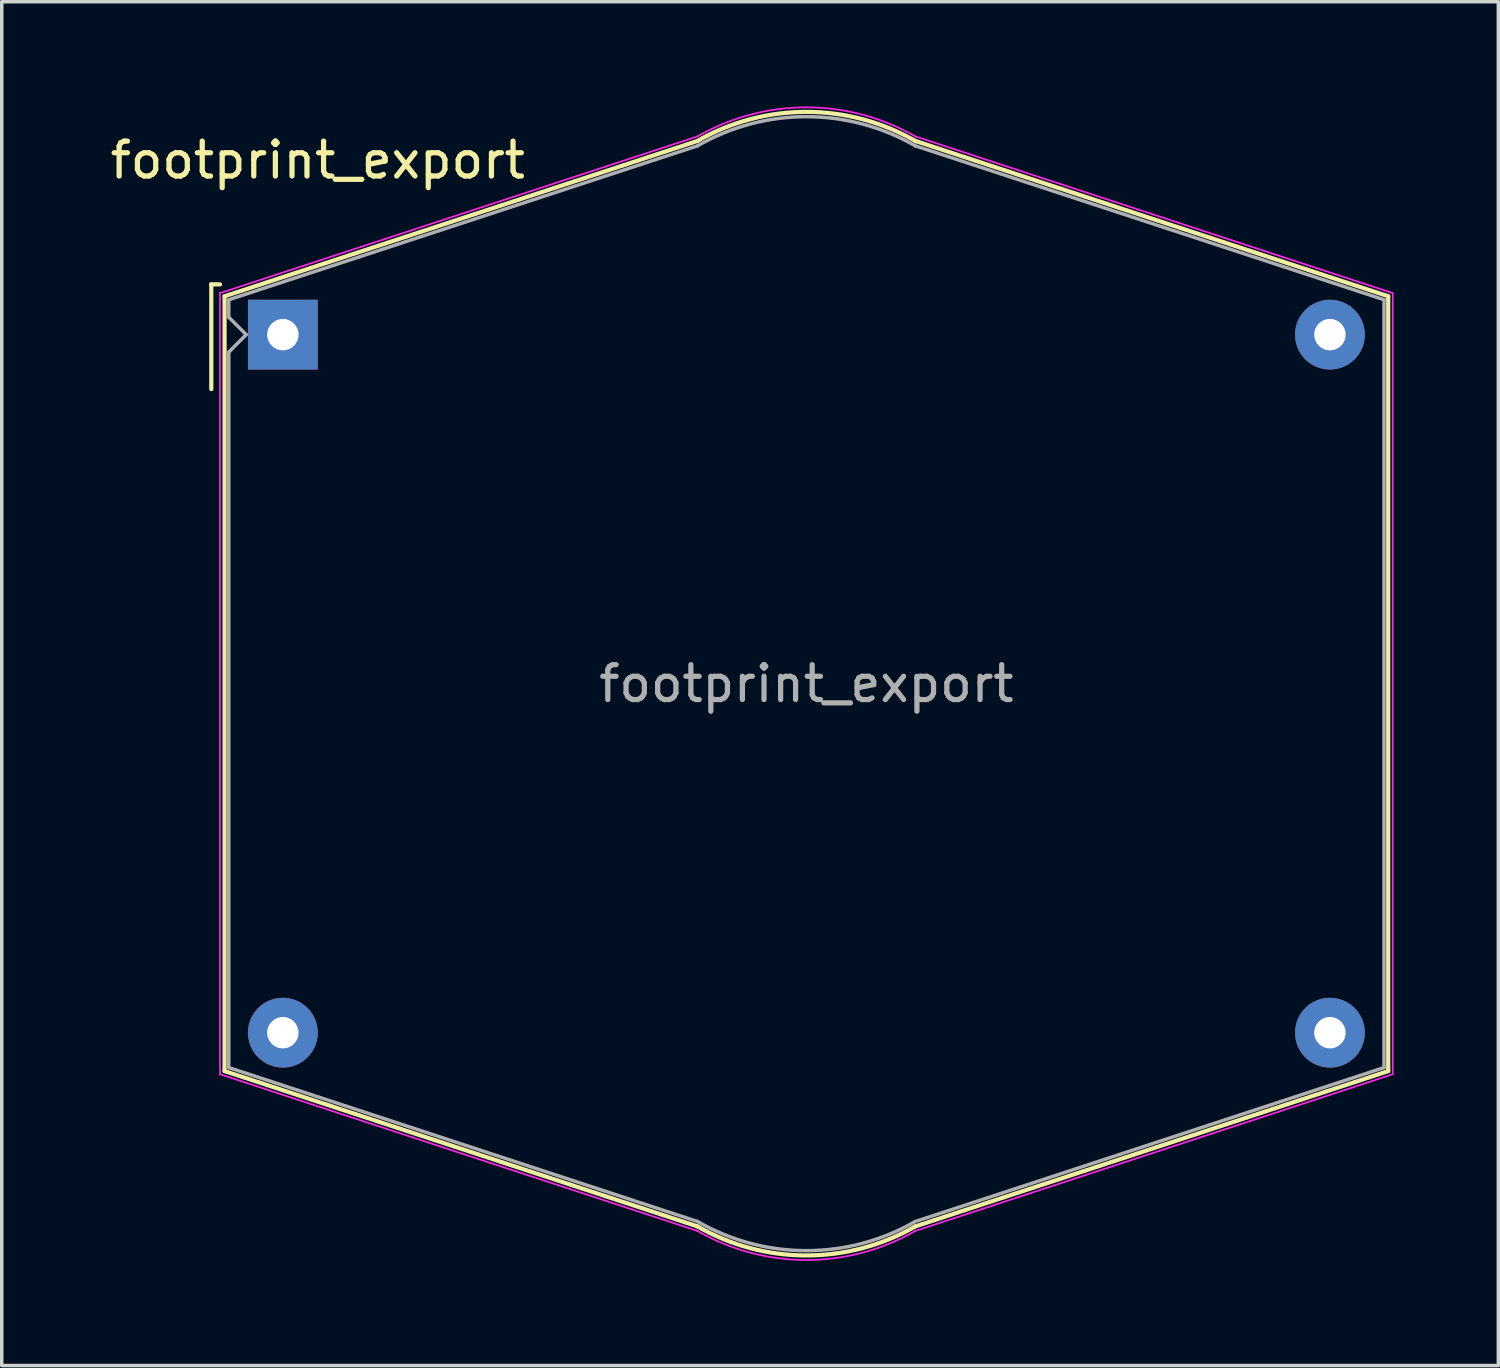
<source format=kicad_pcb>
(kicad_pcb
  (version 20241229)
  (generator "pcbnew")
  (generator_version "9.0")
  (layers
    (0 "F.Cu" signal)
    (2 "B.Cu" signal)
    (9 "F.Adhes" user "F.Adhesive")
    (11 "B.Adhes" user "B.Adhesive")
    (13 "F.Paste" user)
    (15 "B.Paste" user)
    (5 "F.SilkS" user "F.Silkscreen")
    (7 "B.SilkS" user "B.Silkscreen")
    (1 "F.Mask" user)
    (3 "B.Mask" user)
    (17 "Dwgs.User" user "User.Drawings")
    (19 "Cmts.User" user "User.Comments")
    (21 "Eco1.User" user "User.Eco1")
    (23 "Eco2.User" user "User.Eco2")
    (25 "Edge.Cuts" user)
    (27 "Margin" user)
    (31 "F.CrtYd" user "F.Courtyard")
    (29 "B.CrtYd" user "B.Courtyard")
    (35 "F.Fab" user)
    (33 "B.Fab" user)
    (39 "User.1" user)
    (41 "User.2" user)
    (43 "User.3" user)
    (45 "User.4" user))
  (footprint "footprint_export"
    (layer "F.Cu")
    (at 5.054 6.538)
    (property "Reference" "footprint_export" (at 1 -5 0) (layer "F.SilkS") (effects (font (size 1 1) (thickness 0.15))))
    (attr through_hole)
    (fp_line (start -2.05 -1.44) (end -2.05 1.56) (stroke (width 0.12) (type solid)) (layer "F.SilkS"))
    (fp_line (start -2.05 -1.44) (end -1.8 -1.44) (stroke (width 0.12) (type solid)) (layer "F.SilkS"))
    (fp_line (start -1.67 -1.1) (end 11.88 -5.55) (stroke (width 0.12) (type solid)) (layer "F.SilkS"))
    (fp_line (start -1.67 21.1) (end -1.67 -1.1) (stroke (width 0.12) (type solid)) (layer "F.SilkS"))
    (fp_line (start 11.88 25.55) (end -1.67 21.1) (stroke (width 0.12) (type solid)) (layer "F.SilkS"))
    (fp_line (start 18.12 -5.55) (end 31.67 -1.1) (stroke (width 0.12) (type solid)) (layer "F.SilkS"))
    (fp_line (start 31.67 -1.1) (end 31.67 21.1) (stroke (width 0.12) (type solid)) (layer "F.SilkS"))
    (fp_line (start 31.67 21.1) (end 18.12 25.55) (stroke (width 0.12) (type solid)) (layer "F.SilkS"))
    (fp_arc (start 11.88 -5.55) (mid 15.013001 -6.382518) (end 18.142518 -5.536999) (stroke (width 0.12) (type solid)) (layer "F.SilkS"))
    (fp_arc (start 18.12 25.55) (mid 14.986999 26.382518) (end 11.857482 25.536999) (stroke (width 0.12) (type solid)) (layer "F.SilkS"))
    (fp_line (start -1.8 -1.19) (end 11.88 -5.68) (stroke (width 0.05) (type solid)) (layer "F.CrtYd"))
    (fp_line (start -1.8 21.19) (end -1.8 -1.19) (stroke (width 0.05) (type solid)) (layer "F.CrtYd"))
    (fp_line (start 11.88 25.68) (end -1.8 21.19) (stroke (width 0.05) (type solid)) (layer "F.CrtYd"))
    (fp_line (start 18.12 -5.68) (end 31.8 -1.19) (stroke (width 0.05) (type solid)) (layer "F.CrtYd"))
    (fp_line (start 31.8 -1.19) (end 31.8 21.19) (stroke (width 0.05) (type solid)) (layer "F.CrtYd"))
    (fp_line (start 31.8 21.19) (end 18.12 25.68) (stroke (width 0.05) (type solid)) (layer "F.CrtYd"))
    (fp_arc (start 11.88 -5.68) (mid 15.013001 -6.512518) (end 18.142518 -5.666999) (stroke (width 0.05) (type solid)) (layer "F.CrtYd"))
    (fp_arc (start 18.12 25.68) (mid 14.986999 26.512518) (end 11.857482 25.666999) (stroke (width 0.05) (type solid)) (layer "F.CrtYd"))
    (fp_line (start -1.55 -1) (end 11.88 -5.41) (stroke (width 0.1) (type solid)) (layer "F.Fab"))
    (fp_line (start -1.55 -0.5) (end -1.55 -1) (stroke (width 0.1) (type solid)) (layer "F.Fab"))
    (fp_line (start -1.55 0.5) (end -1.05 0) (stroke (width 0.1) (type solid)) (layer "F.Fab"))
    (fp_line (start -1.55 21) (end -1.55 0.5) (stroke (width 0.1) (type solid)) (layer "F.Fab"))
    (fp_line (start -1.05 0) (end -1.55 -0.5) (stroke (width 0.1) (type solid)) (layer "F.Fab"))
    (fp_line (start 11.88 25.41) (end -1.55 21) (stroke (width 0.1) (type solid)) (layer "F.Fab"))
    (fp_line (start 18.12 -5.41) (end 31.55 -1) (stroke (width 0.1) (type solid)) (layer "F.Fab"))
    (fp_line (start 31.55 -1) (end 31.55 21) (stroke (width 0.1) (type solid)) (layer "F.Fab"))
    (fp_line (start 31.55 21) (end 18.12 25.41) (stroke (width 0.1) (type solid)) (layer "F.Fab"))
    (fp_arc (start 11.88 -5.41) (mid 15.003001 -6.245197) (end 18.125197 -5.406999) (stroke (width 0.1) (type solid)) (layer "F.Fab"))
    (fp_arc (start 18.12 25.41) (mid 14.996999 26.245197) (end 11.874803 25.406999) (stroke (width 0.1) (type solid)) (layer "F.Fab"))
    (fp_text user "${REFERENCE}" (at 15 10 0) (layer "F.Fab") (effects (font (size 1 1) (thickness 0.15))))
    (pad "1" thru_hole rect (at 0 0) (size 2 2) (drill 0.9) (layers "*.Cu" "*.Mask"))
    (pad "2" thru_hole circle (at 30 0) (size 2 2) (drill 0.9) (layers "*.Cu" "*.Mask"))
    (pad "3" thru_hole circle (at 0 20) (size 2 2) (drill 0.9) (layers "*.Cu" "*.Mask"))
    (pad "4" thru_hole circle (at 30 20) (size 2 2) (drill 0.9) (layers "*.Cu" "*.Mask")))
  (gr_rect
    (start -3 -3)
    (end 39.879 36.075)
    (stroke (width 0.1) (type default))
    (fill no)
    (layer "Edge.Cuts")))
</source>
